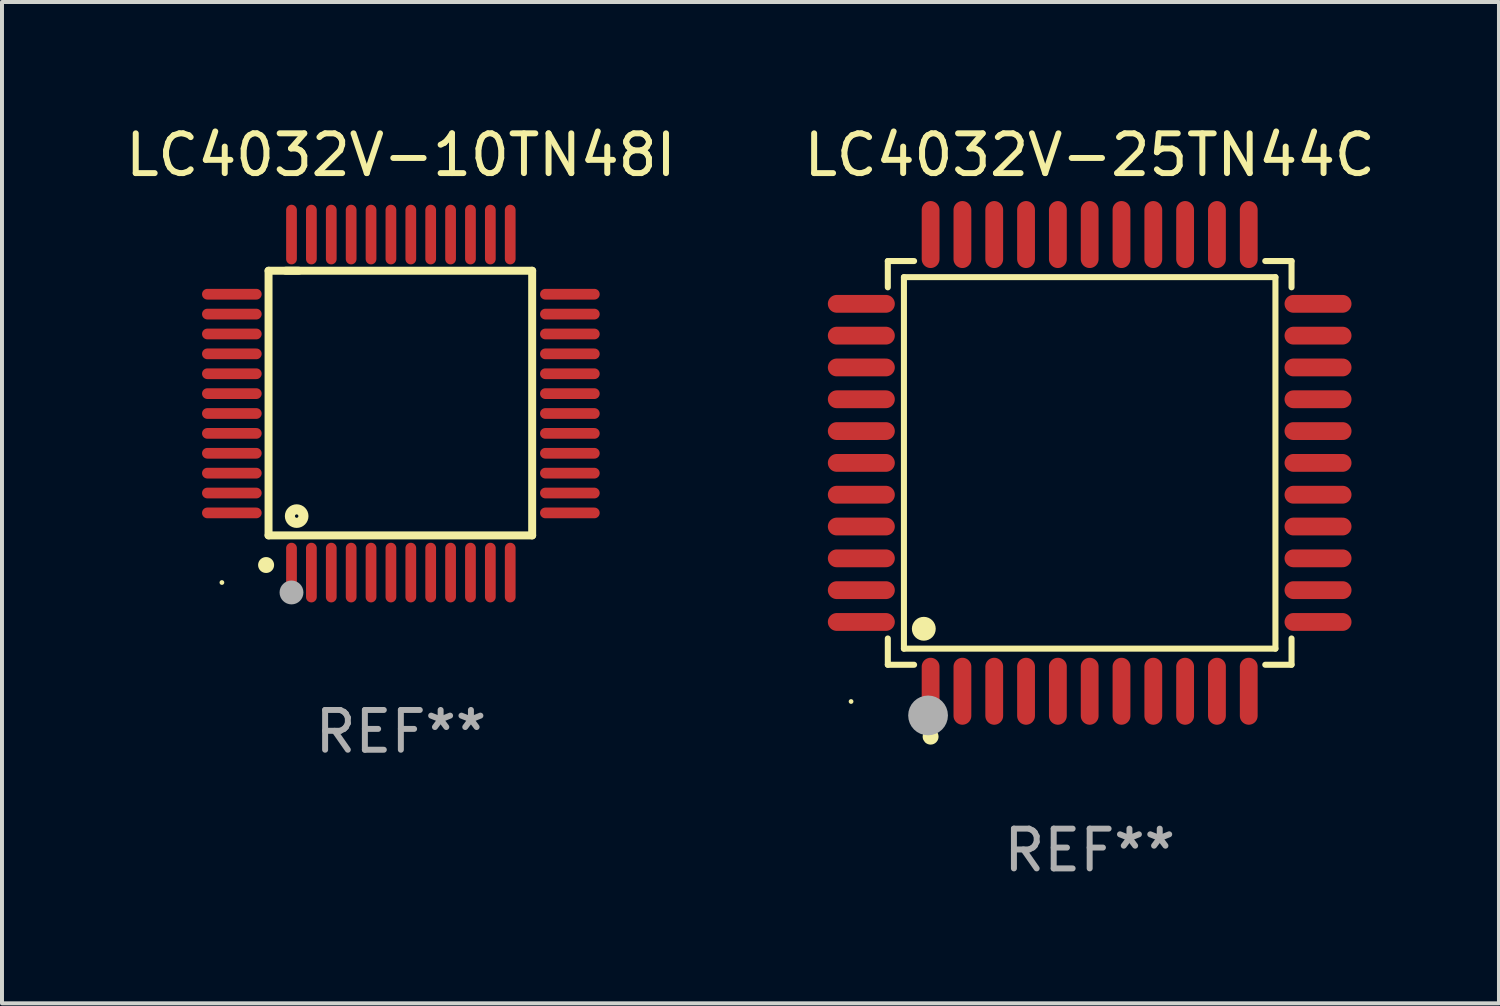
<source format=kicad_pcb>
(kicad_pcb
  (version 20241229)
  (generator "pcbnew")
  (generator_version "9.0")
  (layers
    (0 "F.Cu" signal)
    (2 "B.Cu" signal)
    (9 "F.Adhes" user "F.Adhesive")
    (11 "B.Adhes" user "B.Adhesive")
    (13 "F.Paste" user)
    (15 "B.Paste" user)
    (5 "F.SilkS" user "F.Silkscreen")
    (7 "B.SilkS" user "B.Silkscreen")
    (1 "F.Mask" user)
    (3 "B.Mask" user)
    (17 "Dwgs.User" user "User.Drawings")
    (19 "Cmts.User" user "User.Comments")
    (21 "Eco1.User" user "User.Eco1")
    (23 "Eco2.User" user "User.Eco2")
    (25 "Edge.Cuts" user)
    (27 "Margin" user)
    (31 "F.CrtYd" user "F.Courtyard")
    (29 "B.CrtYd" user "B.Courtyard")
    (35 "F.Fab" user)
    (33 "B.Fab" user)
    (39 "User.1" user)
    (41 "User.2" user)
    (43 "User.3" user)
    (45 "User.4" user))
  (footprint "LC4032V-25TN44C"
    (layer "F.Cu")
    (at 24.351 8.59)
    (property "Reference" "LC4032V-25TN44C" (at 0 -7.742 0) (layer "F.SilkS") (effects (font (size 1 1) (thickness 0.15))))
    (attr through_hole)
    (fp_line (start -5.076 -5.076) (end -4.415 -5.076) (stroke (width 0.152) (type solid)) (layer "F.SilkS"))
    (fp_line (start -5.076 -4.415) (end -5.076 -5.076) (stroke (width 0.152) (type solid)) (layer "F.SilkS"))
    (fp_line (start -5.076 4.415) (end -5.076 5.076) (stroke (width 0.152) (type solid)) (layer "F.SilkS"))
    (fp_line (start -5.076 5.076) (end -4.415 5.076) (stroke (width 0.152) (type solid)) (layer "F.SilkS"))
    (fp_line (start -4.671 -4.671) (end 4.671 -4.671) (stroke (width 0.152) (type solid)) (layer "F.SilkS"))
    (fp_line (start -4.671 4.671) (end -4.671 -4.671) (stroke (width 0.152) (type solid)) (layer "F.SilkS"))
    (fp_line (start 4.671 -4.671) (end 4.671 4.671) (stroke (width 0.152) (type solid)) (layer "F.SilkS"))
    (fp_line (start 4.671 4.671) (end -4.671 4.671) (stroke (width 0.152) (type solid)) (layer "F.SilkS"))
    (fp_line (start 5.076 -5.076) (end 4.415 -5.076) (stroke (width 0.152) (type solid)) (layer "F.SilkS"))
    (fp_line (start 5.076 -4.415) (end 5.076 -5.076) (stroke (width 0.152) (type solid)) (layer "F.SilkS"))
    (fp_line (start 5.076 4.415) (end 5.076 5.076) (stroke (width 0.152) (type solid)) (layer "F.SilkS"))
    (fp_line (start 5.076 5.076) (end 4.415 5.076) (stroke (width 0.152) (type solid)) (layer "F.SilkS"))
    (fp_circle (center -6 6) (end -5.97 6) (stroke (width 0.06) (type solid)) (fill no) (layer "F.SilkS"))
    (fp_circle (center -4.171 4.171) (end -4.021 4.171) (stroke (width 0.3) (type solid)) (fill no) (layer "F.SilkS"))
    (fp_circle (center -4 6.884) (end -3.9 6.884) (stroke (width 0.2) (type solid)) (fill no) (layer "F.SilkS"))
    (fp_circle (center -4.064 6.35) (end -3.814 6.35) (stroke (width 0.5) (type solid)) (fill no) (layer "F.Fab"))
    (fp_text user "REF**" (at 0 9.742 0) (layer "F.Fab") (effects (font (size 1 1) (thickness 0.15))))
    (pad "1" smd oval (at -4 5.742) (size 0.448 1.684) (layers "F.Cu" "F.Mask" "F.Paste"))
    (pad "2" smd oval (at -3.2 5.742) (size 0.448 1.684) (layers "F.Cu" "F.Mask" "F.Paste"))
    (pad "3" smd oval (at -2.4 5.742) (size 0.448 1.684) (layers "F.Cu" "F.Mask" "F.Paste"))
    (pad "4" smd oval (at -1.6 5.742) (size 0.448 1.684) (layers "F.Cu" "F.Mask" "F.Paste"))
    (pad "5" smd oval (at -0.8 5.742) (size 0.448 1.684) (layers "F.Cu" "F.Mask" "F.Paste"))
    (pad "6" smd oval (at 0 5.742) (size 0.448 1.684) (layers "F.Cu" "F.Mask" "F.Paste"))
    (pad "7" smd oval (at 0.8 5.742) (size 0.448 1.684) (layers "F.Cu" "F.Mask" "F.Paste"))
    (pad "8" smd oval (at 1.6 5.742) (size 0.448 1.684) (layers "F.Cu" "F.Mask" "F.Paste"))
    (pad "9" smd oval (at 2.4 5.742) (size 0.448 1.684) (layers "F.Cu" "F.Mask" "F.Paste"))
    (pad "10" smd oval (at 3.2 5.742) (size 0.448 1.684) (layers "F.Cu" "F.Mask" "F.Paste"))
    (pad "11" smd oval (at 4 5.742) (size 0.448 1.684) (layers "F.Cu" "F.Mask" "F.Paste"))
    (pad "12" smd oval (at 5.742 4) (size 1.684 0.448) (layers "F.Cu" "F.Mask" "F.Paste"))
    (pad "13" smd oval (at 5.742 3.2) (size 1.684 0.448) (layers "F.Cu" "F.Mask" "F.Paste"))
    (pad "14" smd oval (at 5.742 2.4) (size 1.684 0.448) (layers "F.Cu" "F.Mask" "F.Paste"))
    (pad "15" smd oval (at 5.742 1.6) (size 1.684 0.448) (layers "F.Cu" "F.Mask" "F.Paste"))
    (pad "16" smd oval (at 5.742 0.8) (size 1.684 0.448) (layers "F.Cu" "F.Mask" "F.Paste"))
    (pad "17" smd oval (at 5.742 0) (size 1.684 0.448) (layers "F.Cu" "F.Mask" "F.Paste"))
    (pad "18" smd oval (at 5.742 -0.8) (size 1.684 0.448) (layers "F.Cu" "F.Mask" "F.Paste"))
    (pad "19" smd oval (at 5.742 -1.6) (size 1.684 0.448) (layers "F.Cu" "F.Mask" "F.Paste"))
    (pad "20" smd oval (at 5.742 -2.4) (size 1.684 0.448) (layers "F.Cu" "F.Mask" "F.Paste"))
    (pad "21" smd oval (at 5.742 -3.2) (size 1.684 0.448) (layers "F.Cu" "F.Mask" "F.Paste"))
    (pad "22" smd oval (at 5.742 -4) (size 1.684 0.448) (layers "F.Cu" "F.Mask" "F.Paste"))
    (pad "23" smd oval (at 4 -5.742) (size 0.448 1.684) (layers "F.Cu" "F.Mask" "F.Paste"))
    (pad "24" smd oval (at 3.2 -5.742) (size 0.448 1.684) (layers "F.Cu" "F.Mask" "F.Paste"))
    (pad "25" smd oval (at 2.4 -5.742) (size 0.448 1.684) (layers "F.Cu" "F.Mask" "F.Paste"))
    (pad "26" smd oval (at 1.6 -5.742) (size 0.448 1.684) (layers "F.Cu" "F.Mask" "F.Paste"))
    (pad "27" smd oval (at 0.8 -5.742) (size 0.448 1.684) (layers "F.Cu" "F.Mask" "F.Paste"))
    (pad "28" smd oval (at 0 -5.742) (size 0.448 1.684) (layers "F.Cu" "F.Mask" "F.Paste"))
    (pad "29" smd oval (at -0.8 -5.742) (size 0.448 1.684) (layers "F.Cu" "F.Mask" "F.Paste"))
    (pad "30" smd oval (at -1.6 -5.742) (size 0.448 1.684) (layers "F.Cu" "F.Mask" "F.Paste"))
    (pad "31" smd oval (at -2.4 -5.742) (size 0.448 1.684) (layers "F.Cu" "F.Mask" "F.Paste"))
    (pad "32" smd oval (at -3.2 -5.742) (size 0.448 1.684) (layers "F.Cu" "F.Mask" "F.Paste"))
    (pad "33" smd oval (at -4 -5.742) (size 0.448 1.684) (layers "F.Cu" "F.Mask" "F.Paste"))
    (pad "34" smd oval (at -5.742 -4) (size 1.684 0.448) (layers "F.Cu" "F.Mask" "F.Paste"))
    (pad "35" smd oval (at -5.742 -3.2) (size 1.684 0.448) (layers "F.Cu" "F.Mask" "F.Paste"))
    (pad "36" smd oval (at -5.742 -2.4) (size 1.684 0.448) (layers "F.Cu" "F.Mask" "F.Paste"))
    (pad "37" smd oval (at -5.742 -1.6) (size 1.684 0.448) (layers "F.Cu" "F.Mask" "F.Paste"))
    (pad "38" smd oval (at -5.742 -0.8) (size 1.684 0.448) (layers "F.Cu" "F.Mask" "F.Paste"))
    (pad "39" smd oval (at -5.742 0) (size 1.684 0.448) (layers "F.Cu" "F.Mask" "F.Paste"))
    (pad "40" smd oval (at -5.742 0.8) (size 1.684 0.448) (layers "F.Cu" "F.Mask" "F.Paste"))
    (pad "41" smd oval (at -5.742 1.6) (size 1.684 0.448) (layers "F.Cu" "F.Mask" "F.Paste"))
    (pad "42" smd oval (at -5.742 2.4) (size 1.684 0.448) (layers "F.Cu" "F.Mask" "F.Paste"))
    (pad "43" smd oval (at -5.742 3.2) (size 1.684 0.448) (layers "F.Cu" "F.Mask" "F.Paste"))
    (pad "44" smd oval (at -5.742 4) (size 1.684 0.448) (layers "F.Cu" "F.Mask" "F.Paste")))
  (footprint "LC4032V-10TN48I"
    (layer "F.Cu")
    (at 7.03 7.098)
    (property "Reference" "LC4032V-10TN48I" (at 0 -6.25 0) (layer "F.SilkS") (effects (font (size 1 1) (thickness 0.15))))
    (attr through_hole)
    (fp_line (start -3.327 -3.34) (end -2.565 -3.34) (stroke (width 0.2) (type solid)) (layer "F.SilkS"))
    (fp_line (start -3.327 3.315) (end -3.327 -3.34) (stroke (width 0.2) (type solid)) (layer "F.SilkS"))
    (fp_line (start -2.896 -3.34) (end 3.302 -3.34) (stroke (width 0.2) (type solid)) (layer "F.SilkS"))
    (fp_line (start 3.302 -3.34) (end 3.302 3.315) (stroke (width 0.2) (type solid)) (layer "F.SilkS"))
    (fp_line (start 3.302 3.315) (end -3.327 3.315) (stroke (width 0.2) (type solid)) (layer "F.SilkS"))
    (fp_arc (start -3.389992 4.059995) (mid -3.388722 4.059991) (end -3.387452 4.059995) (stroke (width 0.4) (type solid)) (layer "F.SilkS"))
    (fp_circle (center -4.5 4.5) (end -4.47 4.5) (stroke (width 0.06) (type solid)) (fill no) (layer "F.SilkS"))
    (fp_circle (center -2.62 2.83) (end -2.45 2.83) (stroke (width 0.254) (type solid)) (fill no) (layer "F.SilkS"))
    (fp_circle (center -2.75 4.75) (end -2.6 4.75) (stroke (width 0.3) (type solid)) (fill no) (layer "F.Fab"))
    (fp_text user "REF**" (at 0 8.25 0) (layer "F.Fab") (effects (font (size 1 1) (thickness 0.15))))
    (pad "1" smd oval (at -2.75 4.25) (size 0.27 1.5) (layers "F.Cu" "F.Mask" "F.Paste"))
    (pad "2" smd oval (at -2.25 4.25) (size 0.27 1.5) (layers "F.Cu" "F.Mask" "F.Paste"))
    (pad "3" smd oval (at -1.75 4.25) (size 0.27 1.5) (layers "F.Cu" "F.Mask" "F.Paste"))
    (pad "4" smd oval (at -1.25 4.25) (size 0.27 1.5) (layers "F.Cu" "F.Mask" "F.Paste"))
    (pad "5" smd oval (at -0.75 4.25) (size 0.27 1.5) (layers "F.Cu" "F.Mask" "F.Paste"))
    (pad "6" smd oval (at -0.25 4.25) (size 0.27 1.5) (layers "F.Cu" "F.Mask" "F.Paste"))
    (pad "7" smd oval (at 0.25 4.25) (size 0.27 1.5) (layers "F.Cu" "F.Mask" "F.Paste"))
    (pad "8" smd oval (at 0.75 4.25) (size 0.27 1.5) (layers "F.Cu" "F.Mask" "F.Paste"))
    (pad "9" smd oval (at 1.25 4.25) (size 0.27 1.5) (layers "F.Cu" "F.Mask" "F.Paste"))
    (pad "10" smd oval (at 1.75 4.25) (size 0.27 1.5) (layers "F.Cu" "F.Mask" "F.Paste"))
    (pad "11" smd oval (at 2.25 4.25) (size 0.27 1.5) (layers "F.Cu" "F.Mask" "F.Paste"))
    (pad "12" smd oval (at 2.75 4.25) (size 0.27 1.5) (layers "F.Cu" "F.Mask" "F.Paste"))
    (pad "13" smd oval (at 4.25 2.75) (size 1.5 0.27) (layers "F.Cu" "F.Mask" "F.Paste"))
    (pad "14" smd oval (at 4.25 2.25) (size 1.5 0.27) (layers "F.Cu" "F.Mask" "F.Paste"))
    (pad "15" smd oval (at 4.25 1.75) (size 1.5 0.27) (layers "F.Cu" "F.Mask" "F.Paste"))
    (pad "16" smd oval (at 4.25 1.25) (size 1.5 0.27) (layers "F.Cu" "F.Mask" "F.Paste"))
    (pad "17" smd oval (at 4.25 0.75) (size 1.5 0.27) (layers "F.Cu" "F.Mask" "F.Paste"))
    (pad "18" smd oval (at 4.25 0.25) (size 1.5 0.27) (layers "F.Cu" "F.Mask" "F.Paste"))
    (pad "19" smd oval (at 4.25 -0.25) (size 1.5 0.27) (layers "F.Cu" "F.Mask" "F.Paste"))
    (pad "20" smd oval (at 4.25 -0.75) (size 1.5 0.27) (layers "F.Cu" "F.Mask" "F.Paste"))
    (pad "21" smd oval (at 4.25 -1.25) (size 1.5 0.27) (layers "F.Cu" "F.Mask" "F.Paste"))
    (pad "22" smd oval (at 4.25 -1.75) (size 1.5 0.27) (layers "F.Cu" "F.Mask" "F.Paste"))
    (pad "23" smd oval (at 4.25 -2.25) (size 1.5 0.27) (layers "F.Cu" "F.Mask" "F.Paste"))
    (pad "24" smd oval (at 4.25 -2.75) (size 1.5 0.27) (layers "F.Cu" "F.Mask" "F.Paste"))
    (pad "25" smd oval (at 2.75 -4.25) (size 0.27 1.5) (layers "F.Cu" "F.Mask" "F.Paste"))
    (pad "26" smd oval (at 2.25 -4.25) (size 0.27 1.5) (layers "F.Cu" "F.Mask" "F.Paste"))
    (pad "27" smd oval (at 1.75 -4.25) (size 0.27 1.5) (layers "F.Cu" "F.Mask" "F.Paste"))
    (pad "28" smd oval (at 1.25 -4.25) (size 0.27 1.5) (layers "F.Cu" "F.Mask" "F.Paste"))
    (pad "29" smd oval (at 0.75 -4.25) (size 0.27 1.5) (layers "F.Cu" "F.Mask" "F.Paste"))
    (pad "30" smd oval (at 0.25 -4.25) (size 0.27 1.5) (layers "F.Cu" "F.Mask" "F.Paste"))
    (pad "31" smd oval (at -0.25 -4.25) (size 0.27 1.5) (layers "F.Cu" "F.Mask" "F.Paste"))
    (pad "32" smd oval (at -0.75 -4.25) (size 0.27 1.5) (layers "F.Cu" "F.Mask" "F.Paste"))
    (pad "33" smd oval (at -1.25 -4.25) (size 0.27 1.5) (layers "F.Cu" "F.Mask" "F.Paste"))
    (pad "34" smd oval (at -1.75 -4.25) (size 0.27 1.5) (layers "F.Cu" "F.Mask" "F.Paste"))
    (pad "35" smd oval (at -2.25 -4.25) (size 0.27 1.5) (layers "F.Cu" "F.Mask" "F.Paste"))
    (pad "36" smd oval (at -2.75 -4.25) (size 0.27 1.5) (layers "F.Cu" "F.Mask" "F.Paste"))
    (pad "37" smd oval (at -4.25 -2.75) (size 1.5 0.27) (layers "F.Cu" "F.Mask" "F.Paste"))
    (pad "38" smd oval (at -4.25 -2.25) (size 1.5 0.27) (layers "F.Cu" "F.Mask" "F.Paste"))
    (pad "39" smd oval (at -4.25 -1.75) (size 1.5 0.27) (layers "F.Cu" "F.Mask" "F.Paste"))
    (pad "40" smd oval (at -4.25 -1.25) (size 1.5 0.27) (layers "F.Cu" "F.Mask" "F.Paste"))
    (pad "41" smd oval (at -4.25 -0.75) (size 1.5 0.27) (layers "F.Cu" "F.Mask" "F.Paste"))
    (pad "42" smd oval (at -4.25 -0.25) (size 1.5 0.27) (layers "F.Cu" "F.Mask" "F.Paste"))
    (pad "43" smd oval (at -4.25 0.25) (size 1.5 0.27) (layers "F.Cu" "F.Mask" "F.Paste"))
    (pad "44" smd oval (at -4.25 0.75) (size 1.5 0.27) (layers "F.Cu" "F.Mask" "F.Paste"))
    (pad "45" smd oval (at -4.25 1.25) (size 1.5 0.27) (layers "F.Cu" "F.Mask" "F.Paste"))
    (pad "46" smd oval (at -4.25 1.75) (size 1.5 0.27) (layers "F.Cu" "F.Mask" "F.Paste"))
    (pad "47" smd oval (at -4.25 2.25) (size 1.5 0.27) (layers "F.Cu" "F.Mask" "F.Paste"))
    (pad "48" smd oval (at -4.25 2.75) (size 1.5 0.27) (layers "F.Cu" "F.Mask" "F.Paste")))
  (gr_rect
    (start -3 -3)
    (end 34.643 22.18)
    (stroke (width 0.1) (type default))
    (fill no)
    (layer "Edge.Cuts")))
</source>
